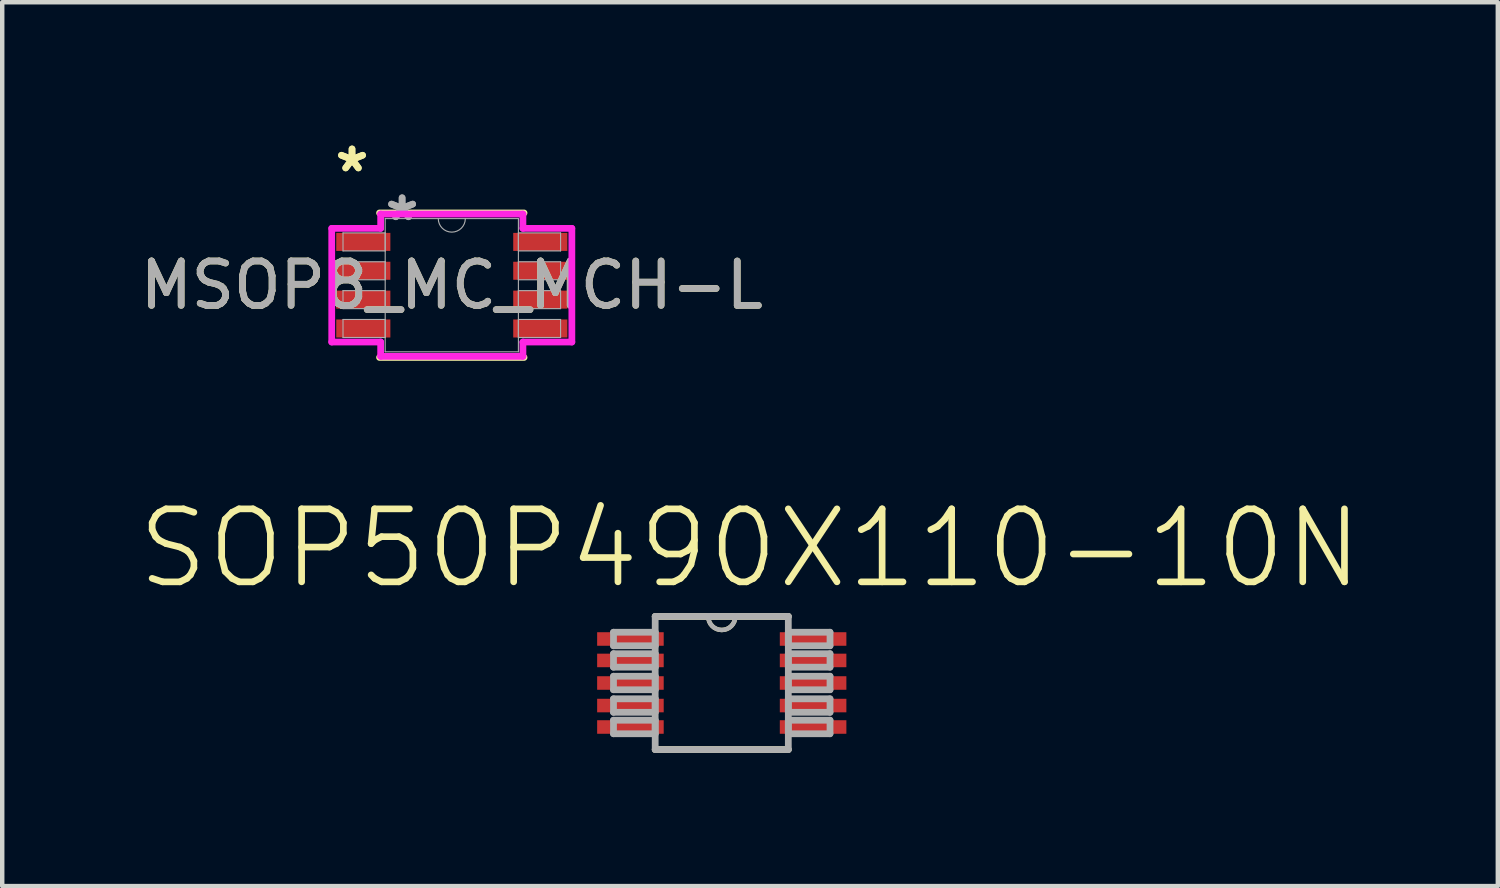
<source format=kicad_pcb>
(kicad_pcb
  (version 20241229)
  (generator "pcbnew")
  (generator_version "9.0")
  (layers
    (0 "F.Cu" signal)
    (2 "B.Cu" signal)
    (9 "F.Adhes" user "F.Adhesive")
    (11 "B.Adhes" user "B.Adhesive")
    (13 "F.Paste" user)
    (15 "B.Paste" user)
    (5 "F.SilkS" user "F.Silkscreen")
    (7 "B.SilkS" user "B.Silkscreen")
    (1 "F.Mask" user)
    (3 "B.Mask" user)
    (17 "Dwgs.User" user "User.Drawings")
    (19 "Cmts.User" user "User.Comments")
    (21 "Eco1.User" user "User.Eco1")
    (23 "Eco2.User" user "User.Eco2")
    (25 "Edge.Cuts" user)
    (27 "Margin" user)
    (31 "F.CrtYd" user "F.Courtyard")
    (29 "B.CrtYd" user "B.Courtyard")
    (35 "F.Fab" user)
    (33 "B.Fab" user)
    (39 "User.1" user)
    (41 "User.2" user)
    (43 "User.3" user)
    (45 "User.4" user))
  (footprint "MSOP8_MC_MCH-L"
    (layer "F.Cu")
    (at 7.125 3.373)
    (property "Reference" "MSOP8_MC_MCH-L" (at 0 0 0) (unlocked yes) (layer "F.SilkS") (effects (font (size 1 1) (thickness 0.15))))
    (attr smd)
    (fp_line (start -1.627 1.627) (end 1.627 1.627) (stroke (width 0.152) (type solid)) (layer "F.SilkS"))
    (fp_line (start 1.627 -1.627) (end -1.627 -1.627) (stroke (width 0.152) (type solid)) (layer "F.SilkS"))
    (fp_line (start -2.704 -1.28) (end -1.602 -1.28) (stroke (width 0.152) (type solid)) (layer "F.CrtYd"))
    (fp_line (start -2.704 1.28) (end -2.704 -1.28) (stroke (width 0.152) (type solid)) (layer "F.CrtYd"))
    (fp_line (start -2.704 1.28) (end -1.602 1.28) (stroke (width 0.152) (type solid)) (layer "F.CrtYd"))
    (fp_line (start -1.602 -1.602) (end 1.602 -1.602) (stroke (width 0.152) (type solid)) (layer "F.CrtYd"))
    (fp_line (start -1.602 -1.28) (end -1.602 -1.602) (stroke (width 0.152) (type solid)) (layer "F.CrtYd"))
    (fp_line (start -1.602 1.602) (end -1.602 1.28) (stroke (width 0.152) (type solid)) (layer "F.CrtYd"))
    (fp_line (start 1.602 -1.602) (end 1.602 -1.28) (stroke (width 0.152) (type solid)) (layer "F.CrtYd"))
    (fp_line (start 1.602 1.28) (end 1.602 1.602) (stroke (width 0.152) (type solid)) (layer "F.CrtYd"))
    (fp_line (start 1.602 1.602) (end -1.602 1.602) (stroke (width 0.152) (type solid)) (layer "F.CrtYd"))
    (fp_line (start 2.704 -1.28) (end 1.602 -1.28) (stroke (width 0.152) (type solid)) (layer "F.CrtYd"))
    (fp_line (start 2.704 -1.28) (end 2.704 1.28) (stroke (width 0.152) (type solid)) (layer "F.CrtYd"))
    (fp_line (start 2.704 1.28) (end 1.602 1.28) (stroke (width 0.152) (type solid)) (layer "F.CrtYd"))
    (fp_line (start -2.45 -1.178) (end -2.45 -0.772) (stroke (width 0.025) (type solid)) (layer "F.Fab"))
    (fp_line (start -2.45 -0.772) (end -1.5 -0.772) (stroke (width 0.025) (type solid)) (layer "F.Fab"))
    (fp_line (start -2.45 -0.528) (end -2.45 -0.122) (stroke (width 0.025) (type solid)) (layer "F.Fab"))
    (fp_line (start -2.45 -0.122) (end -1.5 -0.122) (stroke (width 0.025) (type solid)) (layer "F.Fab"))
    (fp_line (start -2.45 0.122) (end -2.45 0.528) (stroke (width 0.025) (type solid)) (layer "F.Fab"))
    (fp_line (start -2.45 0.528) (end -1.5 0.528) (stroke (width 0.025) (type solid)) (layer "F.Fab"))
    (fp_line (start -2.45 0.772) (end -2.45 1.178) (stroke (width 0.025) (type solid)) (layer "F.Fab"))
    (fp_line (start -2.45 1.178) (end -1.5 1.178) (stroke (width 0.025) (type solid)) (layer "F.Fab"))
    (fp_line (start -1.5 -1.5) (end -1.5 1.5) (stroke (width 0.025) (type solid)) (layer "F.Fab"))
    (fp_line (start -1.5 -1.178) (end -2.45 -1.178) (stroke (width 0.025) (type solid)) (layer "F.Fab"))
    (fp_line (start -1.5 -0.772) (end -1.5 -1.178) (stroke (width 0.025) (type solid)) (layer "F.Fab"))
    (fp_line (start -1.5 -0.528) (end -2.45 -0.528) (stroke (width 0.025) (type solid)) (layer "F.Fab"))
    (fp_line (start -1.5 -0.122) (end -1.5 -0.528) (stroke (width 0.025) (type solid)) (layer "F.Fab"))
    (fp_line (start -1.5 0.122) (end -2.45 0.122) (stroke (width 0.025) (type solid)) (layer "F.Fab"))
    (fp_line (start -1.5 0.528) (end -1.5 0.122) (stroke (width 0.025) (type solid)) (layer "F.Fab"))
    (fp_line (start -1.5 0.772) (end -2.45 0.772) (stroke (width 0.025) (type solid)) (layer "F.Fab"))
    (fp_line (start -1.5 1.178) (end -1.5 0.772) (stroke (width 0.025) (type solid)) (layer "F.Fab"))
    (fp_line (start -1.5 1.5) (end 1.5 1.5) (stroke (width 0.025) (type solid)) (layer "F.Fab"))
    (fp_line (start 1.5 -1.5) (end -1.5 -1.5) (stroke (width 0.025) (type solid)) (layer "F.Fab"))
    (fp_line (start 1.5 -1.178) (end 1.5 -0.772) (stroke (width 0.025) (type solid)) (layer "F.Fab"))
    (fp_line (start 1.5 -0.772) (end 2.45 -0.772) (stroke (width 0.025) (type solid)) (layer "F.Fab"))
    (fp_line (start 1.5 -0.528) (end 1.5 -0.122) (stroke (width 0.025) (type solid)) (layer "F.Fab"))
    (fp_line (start 1.5 -0.122) (end 2.45 -0.122) (stroke (width 0.025) (type solid)) (layer "F.Fab"))
    (fp_line (start 1.5 0.122) (end 1.5 0.528) (stroke (width 0.025) (type solid)) (layer "F.Fab"))
    (fp_line (start 1.5 0.528) (end 2.45 0.528) (stroke (width 0.025) (type solid)) (layer "F.Fab"))
    (fp_line (start 1.5 0.772) (end 1.5 1.178) (stroke (width 0.025) (type solid)) (layer "F.Fab"))
    (fp_line (start 1.5 1.178) (end 2.45 1.178) (stroke (width 0.025) (type solid)) (layer "F.Fab"))
    (fp_line (start 1.5 1.5) (end 1.5 -1.5) (stroke (width 0.025) (type solid)) (layer "F.Fab"))
    (fp_line (start 2.45 -1.178) (end 1.5 -1.178) (stroke (width 0.025) (type solid)) (layer "F.Fab"))
    (fp_line (start 2.45 -0.772) (end 2.45 -1.178) (stroke (width 0.025) (type solid)) (layer "F.Fab"))
    (fp_line (start 2.45 -0.528) (end 1.5 -0.528) (stroke (width 0.025) (type solid)) (layer "F.Fab"))
    (fp_line (start 2.45 -0.122) (end 2.45 -0.528) (stroke (width 0.025) (type solid)) (layer "F.Fab"))
    (fp_line (start 2.45 0.122) (end 1.5 0.122) (stroke (width 0.025) (type solid)) (layer "F.Fab"))
    (fp_line (start 2.45 0.528) (end 2.45 0.122) (stroke (width 0.025) (type solid)) (layer "F.Fab"))
    (fp_line (start 2.45 0.772) (end 1.5 0.772) (stroke (width 0.025) (type solid)) (layer "F.Fab"))
    (fp_line (start 2.45 1.178) (end 2.45 0.772) (stroke (width 0.025) (type solid)) (layer "F.Fab"))
    (fp_arc (start 0.3048 -1.5) (mid 0 -1.1952) (end -0.3048 -1.5) (stroke (width 0.0254) (type solid)) (layer "F.Fab"))
    (fp_text user "*" (at -2.247 -2.524 0) (unlocked yes) (layer "F.SilkS") (effects (font (size 1 1) (thickness 0.15))))
    (fp_text user "*" (at -2.247 -2.524 0) (layer "F.SilkS") (effects (font (size 1 1) (thickness 0.15))))
    (fp_text user "*" (at -1.119 -1.424 0) (unlocked yes) (layer "F.Fab") (effects (font (size 1 1) (thickness 0.15))))
    (fp_text user "*" (at -1.119 -1.424 0) (layer "F.Fab") (effects (font (size 1 1) (thickness 0.15))))
    (fp_text user "${REFERENCE}" (at 0 0 0) (unlocked yes) (layer "F.Fab") (effects (font (size 1 1) (thickness 0.15))))
    (pad "1" smd rect (at -1.993 -0.975) (size 1.219 0.406) (layers "F.Cu" "F.Mask" "F.Paste"))
    (pad "2" smd rect (at -1.993 -0.325) (size 1.219 0.406) (layers "F.Cu" "F.Mask" "F.Paste"))
    (pad "3" smd rect (at -1.993 0.325) (size 1.219 0.406) (layers "F.Cu" "F.Mask" "F.Paste"))
    (pad "4" smd rect (at -1.993 0.975) (size 1.219 0.406) (layers "F.Cu" "F.Mask" "F.Paste"))
    (pad "5" smd rect (at 1.993 0.975) (size 1.219 0.406) (layers "F.Cu" "F.Mask" "F.Paste"))
    (pad "6" smd rect (at 1.993 0.325) (size 1.219 0.406) (layers "F.Cu" "F.Mask" "F.Paste"))
    (pad "7" smd rect (at 1.993 -0.325) (size 1.219 0.406) (layers "F.Cu" "F.Mask" "F.Paste"))
    (pad "8" smd rect (at 1.993 -0.975) (size 1.219 0.406) (layers "F.Cu" "F.Mask" "F.Paste")))
  (footprint "SOP50P490X110-10N"
    (layer "F.Cu")
    (at 13.205 12.332)
    (property "Reference" "SOP50P490X110-10N" (at 0.637 -3.031 0) (layer "F.SilkS") (effects (font (size 1.644 1.644) (thickness 0.15))))
    (attr smd)
    (fp_line (start -1.499 1.499) (end 1.499 1.499) (stroke (width 0.152) (type solid)) (layer "F.SilkS"))
    (fp_line (start -0.305 -1.499) (end -1.499 -1.499) (stroke (width 0.152) (type solid)) (layer "F.SilkS"))
    (fp_line (start 0.305 -1.499) (end -0.305 -1.499) (stroke (width 0.152) (type solid)) (layer "F.SilkS"))
    (fp_line (start 1.499 -1.499) (end 0.305 -1.499) (stroke (width 0.152) (type solid)) (layer "F.SilkS"))
    (fp_arc (start 0.3048 -1.4986) (mid 0 -1.1938) (end -0.3048 -1.4986) (stroke (width 0.1) (type solid)) (layer "F.SilkS"))
    (fp_line (start -2.438 -1.143) (end -2.438 -0.838) (stroke (width 0.152) (type solid)) (layer "F.Fab"))
    (fp_line (start -2.438 -0.838) (end -1.499 -0.838) (stroke (width 0.152) (type solid)) (layer "F.Fab"))
    (fp_line (start -2.438 -0.66) (end -2.438 -0.356) (stroke (width 0.152) (type solid)) (layer "F.Fab"))
    (fp_line (start -2.438 -0.356) (end -1.499 -0.356) (stroke (width 0.152) (type solid)) (layer "F.Fab"))
    (fp_line (start -2.438 -0.152) (end -2.438 0.152) (stroke (width 0.152) (type solid)) (layer "F.Fab"))
    (fp_line (start -2.438 0.152) (end -1.499 0.152) (stroke (width 0.152) (type solid)) (layer "F.Fab"))
    (fp_line (start -2.438 0.356) (end -2.438 0.66) (stroke (width 0.152) (type solid)) (layer "F.Fab"))
    (fp_line (start -2.438 0.66) (end -1.499 0.66) (stroke (width 0.152) (type solid)) (layer "F.Fab"))
    (fp_line (start -2.438 0.838) (end -2.438 1.143) (stroke (width 0.152) (type solid)) (layer "F.Fab"))
    (fp_line (start -2.438 1.143) (end -1.499 1.143) (stroke (width 0.152) (type solid)) (layer "F.Fab"))
    (fp_line (start -1.499 -1.499) (end -1.499 1.499) (stroke (width 0.152) (type solid)) (layer "F.Fab"))
    (fp_line (start -1.499 -1.143) (end -2.438 -1.143) (stroke (width 0.152) (type solid)) (layer "F.Fab"))
    (fp_line (start -1.499 -0.838) (end -1.499 -1.143) (stroke (width 0.152) (type solid)) (layer "F.Fab"))
    (fp_line (start -1.499 -0.66) (end -2.438 -0.66) (stroke (width 0.152) (type solid)) (layer "F.Fab"))
    (fp_line (start -1.499 -0.356) (end -1.499 -0.66) (stroke (width 0.152) (type solid)) (layer "F.Fab"))
    (fp_line (start -1.499 -0.152) (end -2.438 -0.152) (stroke (width 0.152) (type solid)) (layer "F.Fab"))
    (fp_line (start -1.499 0.152) (end -1.499 -0.152) (stroke (width 0.152) (type solid)) (layer "F.Fab"))
    (fp_line (start -1.499 0.356) (end -2.438 0.356) (stroke (width 0.152) (type solid)) (layer "F.Fab"))
    (fp_line (start -1.499 0.66) (end -1.499 0.356) (stroke (width 0.152) (type solid)) (layer "F.Fab"))
    (fp_line (start -1.499 0.838) (end -2.438 0.838) (stroke (width 0.152) (type solid)) (layer "F.Fab"))
    (fp_line (start -1.499 1.143) (end -1.499 0.838) (stroke (width 0.152) (type solid)) (layer "F.Fab"))
    (fp_line (start -1.499 1.499) (end 1.499 1.499) (stroke (width 0.152) (type solid)) (layer "F.Fab"))
    (fp_line (start -0.305 -1.499) (end -1.499 -1.499) (stroke (width 0.152) (type solid)) (layer "F.Fab"))
    (fp_line (start 0.305 -1.499) (end -0.305 -1.499) (stroke (width 0.152) (type solid)) (layer "F.Fab"))
    (fp_line (start 1.499 -1.499) (end 0.305 -1.499) (stroke (width 0.152) (type solid)) (layer "F.Fab"))
    (fp_line (start 1.499 -1.143) (end 1.499 -0.838) (stroke (width 0.152) (type solid)) (layer "F.Fab"))
    (fp_line (start 1.499 -0.838) (end 2.438 -0.838) (stroke (width 0.152) (type solid)) (layer "F.Fab"))
    (fp_line (start 1.499 -0.66) (end 1.499 -0.356) (stroke (width 0.152) (type solid)) (layer "F.Fab"))
    (fp_line (start 1.499 -0.356) (end 2.438 -0.356) (stroke (width 0.152) (type solid)) (layer "F.Fab"))
    (fp_line (start 1.499 -0.152) (end 1.499 0.152) (stroke (width 0.152) (type solid)) (layer "F.Fab"))
    (fp_line (start 1.499 0.152) (end 2.438 0.152) (stroke (width 0.152) (type solid)) (layer "F.Fab"))
    (fp_line (start 1.499 0.356) (end 1.499 0.66) (stroke (width 0.152) (type solid)) (layer "F.Fab"))
    (fp_line (start 1.499 0.66) (end 2.438 0.66) (stroke (width 0.152) (type solid)) (layer "F.Fab"))
    (fp_line (start 1.499 0.838) (end 1.499 1.143) (stroke (width 0.152) (type solid)) (layer "F.Fab"))
    (fp_line (start 1.499 1.143) (end 2.438 1.143) (stroke (width 0.152) (type solid)) (layer "F.Fab"))
    (fp_line (start 1.499 1.499) (end 1.499 -1.499) (stroke (width 0.152) (type solid)) (layer "F.Fab"))
    (fp_line (start 2.438 -1.143) (end 1.499 -1.143) (stroke (width 0.152) (type solid)) (layer "F.Fab"))
    (fp_line (start 2.438 -0.838) (end 2.438 -1.143) (stroke (width 0.152) (type solid)) (layer "F.Fab"))
    (fp_line (start 2.438 -0.66) (end 1.499 -0.66) (stroke (width 0.152) (type solid)) (layer "F.Fab"))
    (fp_line (start 2.438 -0.356) (end 2.438 -0.66) (stroke (width 0.152) (type solid)) (layer "F.Fab"))
    (fp_line (start 2.438 -0.152) (end 1.499 -0.152) (stroke (width 0.152) (type solid)) (layer "F.Fab"))
    (fp_line (start 2.438 0.152) (end 2.438 -0.152) (stroke (width 0.152) (type solid)) (layer "F.Fab"))
    (fp_line (start 2.438 0.356) (end 1.499 0.356) (stroke (width 0.152) (type solid)) (layer "F.Fab"))
    (fp_line (start 2.438 0.66) (end 2.438 0.356) (stroke (width 0.152) (type solid)) (layer "F.Fab"))
    (fp_line (start 2.438 0.838) (end 1.499 0.838) (stroke (width 0.152) (type solid)) (layer "F.Fab"))
    (fp_line (start 2.438 1.143) (end 2.438 0.838) (stroke (width 0.152) (type solid)) (layer "F.Fab"))
    (fp_arc (start 0.3048 -1.4986) (mid 0 -1.1938) (end -0.3048 -1.4986) (stroke (width 0.1) (type solid)) (layer "F.Fab"))
    (pad "1" smd rect (at -2.057 -0.991) (size 1.499 0.305) (layers "F.Cu" "F.Mask" "F.Paste"))
    (pad "2" smd rect (at -2.057 -0.508) (size 1.499 0.305) (layers "F.Cu" "F.Mask" "F.Paste"))
    (pad "3" smd rect (at -2.057 0) (size 1.499 0.305) (layers "F.Cu" "F.Mask" "F.Paste"))
    (pad "4" smd rect (at -2.057 0.508) (size 1.499 0.305) (layers "F.Cu" "F.Mask" "F.Paste"))
    (pad "5" smd rect (at -2.057 0.991) (size 1.499 0.305) (layers "F.Cu" "F.Mask" "F.Paste"))
    (pad "6" smd rect (at 2.057 0.991) (size 1.499 0.305) (layers "F.Cu" "F.Mask" "F.Paste"))
    (pad "7" smd rect (at 2.057 0.508) (size 1.499 0.305) (layers "F.Cu" "F.Mask" "F.Paste"))
    (pad "8" smd rect (at 2.057 0) (size 1.499 0.305) (layers "F.Cu" "F.Mask" "F.Paste"))
    (pad "9" smd rect (at 2.057 -0.508) (size 1.499 0.305) (layers "F.Cu" "F.Mask" "F.Paste"))
    (pad "10" smd rect (at 2.057 -0.991) (size 1.499 0.305) (layers "F.Cu" "F.Mask" "F.Paste")))
  (gr_rect
    (start -3 -3)
    (end 30.683 16.906)
    (stroke (width 0.1) (type default))
    (fill no)
    (layer "Edge.Cuts")))
</source>
